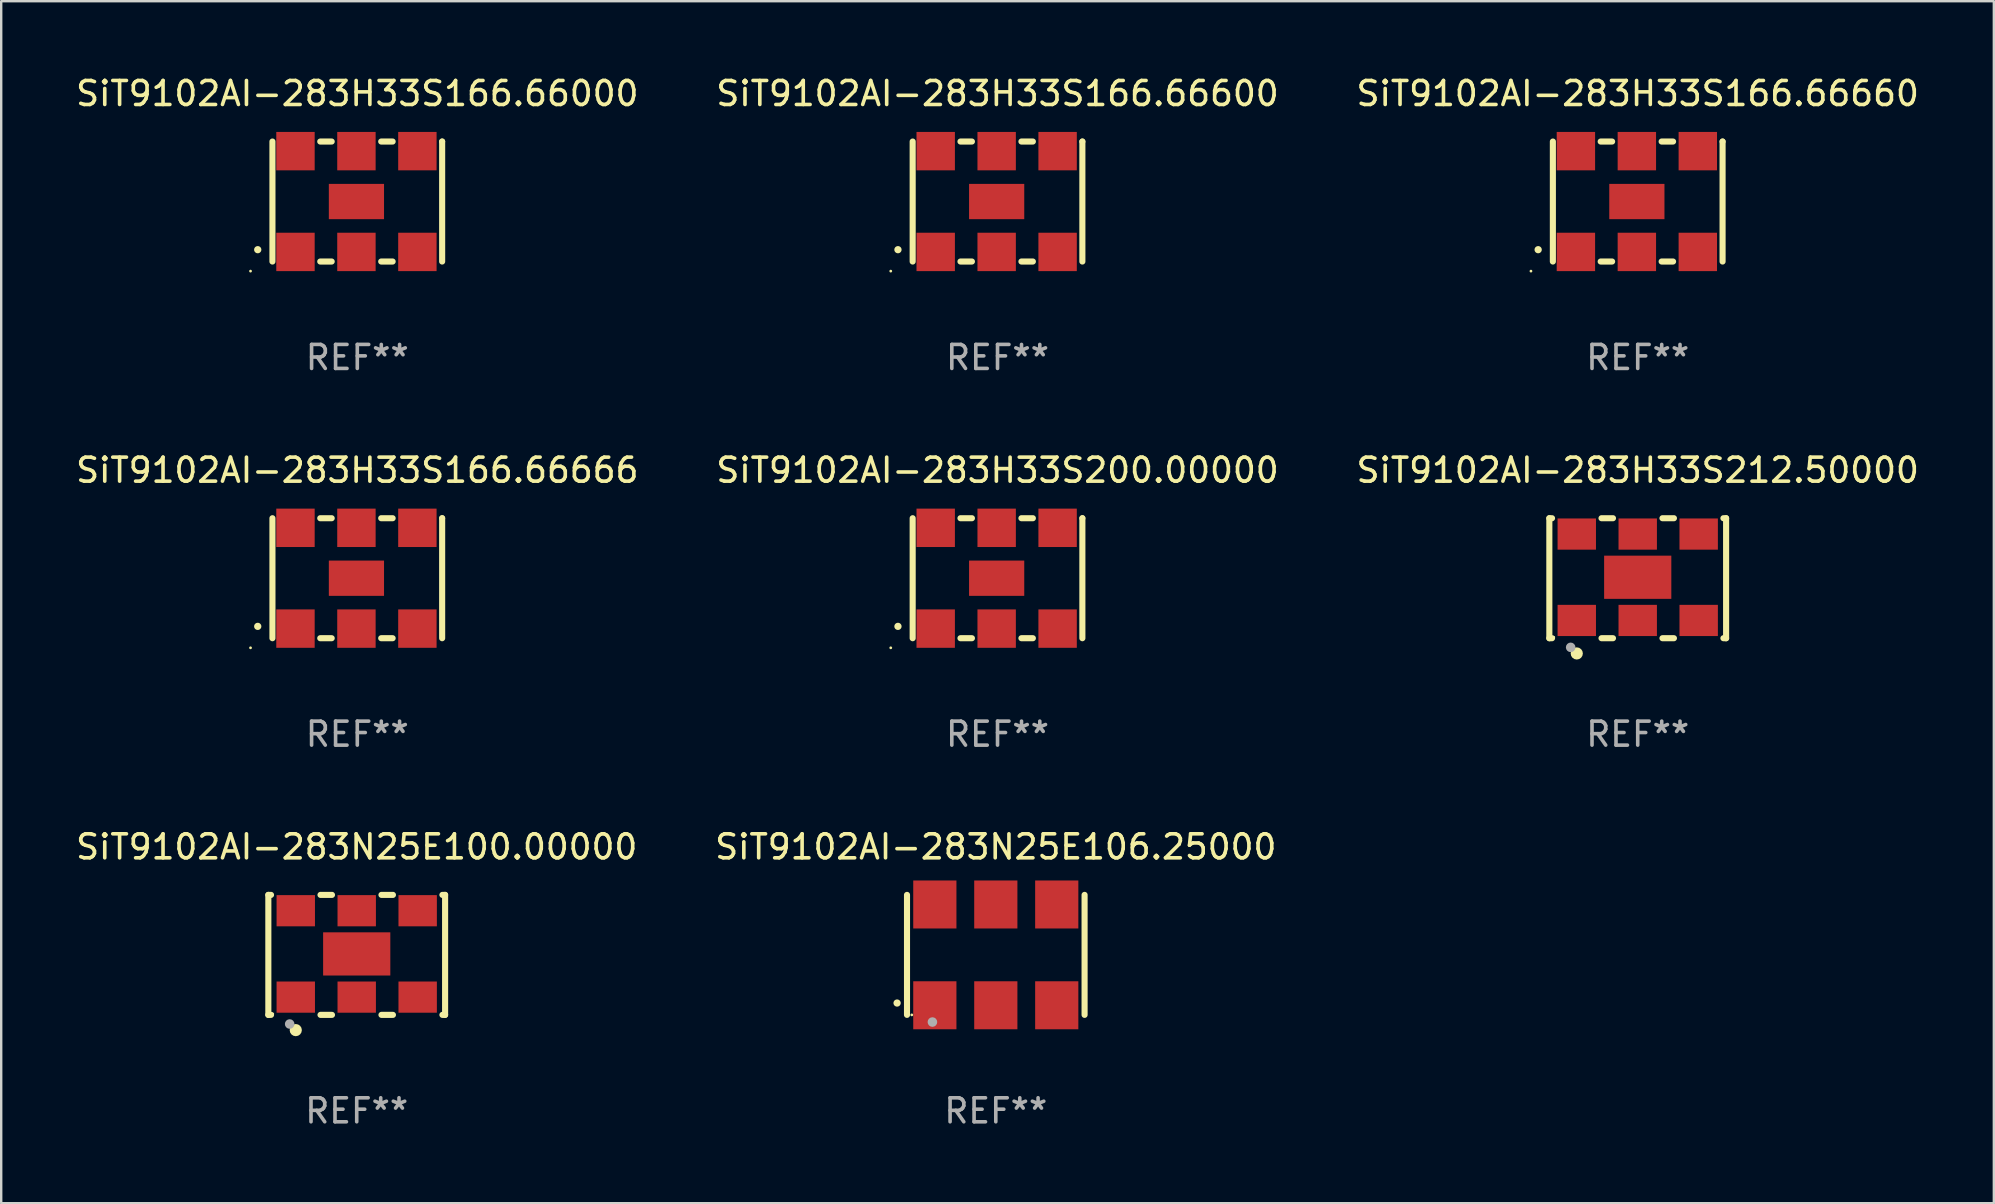
<source format=kicad_pcb>
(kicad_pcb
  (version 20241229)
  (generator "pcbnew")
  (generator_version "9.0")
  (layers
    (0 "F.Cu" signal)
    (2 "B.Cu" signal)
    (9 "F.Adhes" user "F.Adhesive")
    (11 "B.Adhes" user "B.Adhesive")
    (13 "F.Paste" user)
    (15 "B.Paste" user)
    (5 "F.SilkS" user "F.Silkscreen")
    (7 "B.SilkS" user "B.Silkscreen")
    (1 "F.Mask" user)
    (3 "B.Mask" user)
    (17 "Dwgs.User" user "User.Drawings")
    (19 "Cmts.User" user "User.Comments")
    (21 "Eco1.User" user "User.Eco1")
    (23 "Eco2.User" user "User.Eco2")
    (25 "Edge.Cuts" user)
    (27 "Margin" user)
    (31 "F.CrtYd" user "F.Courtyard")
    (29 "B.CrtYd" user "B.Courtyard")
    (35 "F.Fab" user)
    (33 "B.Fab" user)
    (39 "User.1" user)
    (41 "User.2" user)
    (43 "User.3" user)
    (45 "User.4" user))
  (footprint "SiT9102AI-283N25E106.25000"
    (layer "F.Cu")
    (at 38.446 36.741)
    (property "Reference" "SiT9102AI-283N25E106.25000" (at 0 -4.5 0) (layer "F.SilkS") (effects (font (size 1 1) (thickness 0.15))))
    (attr through_hole)
    (fp_line (start -3.7 -2.5) (end -3.7 2.5) (stroke (width 0.254) (type solid)) (layer "F.SilkS"))
    (fp_line (start 3.7 -2.5) (end 3.7 2.5) (stroke (width 0.254) (type solid)) (layer "F.SilkS"))
    (fp_arc (start -4.114415 2.006604) (mid -4.113145 2.006599) (end -4.111875 2.006604) (stroke (width 0.3) (type solid)) (layer "F.SilkS"))
    (fp_circle (center -3.5 2.501) (end -3.47 2.501) (stroke (width 0.06) (type solid)) (fill no) (layer "F.SilkS"))
    (fp_circle (center -2.641 2.799) (end -2.541 2.799) (stroke (width 0.2) (type solid)) (fill no) (layer "F.Fab"))
    (fp_text user "REF**" (at 0 6.5 0) (layer "F.Fab") (effects (font (size 1 1) (thickness 0.15))))
    (pad "1" smd rect (at -2.54 2.1) (size 1.8 2) (layers "F.Cu" "F.Mask" "F.Paste"))
    (pad "2" smd rect (at 0.000394 2.1) (size 1.8 2) (layers "F.Cu" "F.Mask" "F.Paste"))
    (pad "3" smd rect (at 2.54 2.1) (size 1.8 2) (layers "F.Cu" "F.Mask" "F.Paste"))
    (pad "4" smd rect (at 2.54 -2.1) (size 1.8 2) (layers "F.Cu" "F.Mask" "F.Paste"))
    (pad "5" smd rect (at 0.000394 -2.1) (size 1.8 2) (layers "F.Cu" "F.Mask" "F.Paste"))
    (pad "6" smd rect (at -2.54 -2.1) (size 1.8 2) (layers "F.Cu" "F.Mask" "F.Paste")))
  (footprint "SiT9102AI-283N25E100.00000"
    (layer "F.Cu")
    (at 11.815 36.741)
    (property "Reference" "SiT9102AI-283N25E100.00000" (at 0 -4.5 0) (layer "F.SilkS") (effects (font (size 1 1) (thickness 0.15))))
    (attr through_hole)
    (fp_line (start -3.683 -2.5) (end -3.571 -2.5) (stroke (width 0.254) (type solid)) (layer "F.SilkS"))
    (fp_line (start -3.683 2.5) (end -3.683 -2.5) (stroke (width 0.254) (type solid)) (layer "F.SilkS"))
    (fp_line (start -3.683 2.5) (end -3.571 2.5) (stroke (width 0.254) (type solid)) (layer "F.SilkS"))
    (fp_line (start -1.509 -2.5) (end -1.031 -2.5) (stroke (width 0.254) (type solid)) (layer "F.SilkS"))
    (fp_line (start -1.509 2.5) (end -1.031 2.5) (stroke (width 0.254) (type solid)) (layer "F.SilkS"))
    (fp_line (start 1.031 -2.5) (end 1.509 -2.5) (stroke (width 0.254) (type solid)) (layer "F.SilkS"))
    (fp_line (start 1.031 2.5) (end 1.509 2.5) (stroke (width 0.254) (type solid)) (layer "F.SilkS"))
    (fp_line (start 3.571 -2.5) (end 3.683 -2.5) (stroke (width 0.254) (type solid)) (layer "F.SilkS"))
    (fp_line (start 3.571 2.5) (end 3.683 2.5) (stroke (width 0.254) (type solid)) (layer "F.SilkS"))
    (fp_line (start 3.683 2.5) (end 3.683 -2.5) (stroke (width 0.254) (type solid)) (layer "F.SilkS"))
    (fp_circle (center -3.5 2.46) (end -3.47 2.46) (stroke (width 0.06) (type solid)) (fill no) (layer "F.SilkS"))
    (fp_circle (center -2.54 3.135) (end -2.413 3.135) (stroke (width 0.254) (type solid)) (fill no) (layer "F.SilkS"))
    (fp_circle (center -2.794 2.881) (end -2.694 2.881) (stroke (width 0.2) (type solid)) (fill no) (layer "F.Fab"))
    (fp_text user "REF**" (at 0 6.5 0) (layer "F.Fab") (effects (font (size 1 1) (thickness 0.15))))
    (pad "1" smd rect (at -2.54 1.76) (size 1.6 1.3) (layers "F.Cu" "F.Mask" "F.Paste"))
    (pad "2" smd rect (at 0 1.76) (size 1.6 1.3) (layers "F.Cu" "F.Mask" "F.Paste"))
    (pad "3" smd rect (at 2.54 1.76) (size 1.6 1.3) (layers "F.Cu" "F.Mask" "F.Paste"))
    (pad "4" smd rect (at 2.54 -1.84) (size 1.6 1.3) (layers "F.Cu" "F.Mask" "F.Paste"))
    (pad "5" smd rect (at 0 -1.84) (size 1.6 1.3) (layers "F.Cu" "F.Mask" "F.Paste"))
    (pad "6" smd rect (at -2.54 -1.84) (size 1.6 1.3) (layers "F.Cu" "F.Mask" "F.Paste"))
    (pad "7" smd rect (at 0 -0.04) (size 2.8 1.8) (layers "F.Cu" "F.Mask" "F.Paste")))
  (footprint "SiT9102AI-283H33S212.50000"
    (layer "F.Cu")
    (at 65.196 21.045)
    (property "Reference" "SiT9102AI-283H33S212.50000" (at 0 -4.5 0) (layer "F.SilkS") (effects (font (size 1 1) (thickness 0.15))))
    (attr through_hole)
    (fp_line (start -3.683 -2.5) (end -3.571 -2.5) (stroke (width 0.254) (type solid)) (layer "F.SilkS"))
    (fp_line (start -3.683 2.5) (end -3.683 -2.5) (stroke (width 0.254) (type solid)) (layer "F.SilkS"))
    (fp_line (start -3.683 2.5) (end -3.571 2.5) (stroke (width 0.254) (type solid)) (layer "F.SilkS"))
    (fp_line (start -1.509 -2.5) (end -1.031 -2.5) (stroke (width 0.254) (type solid)) (layer "F.SilkS"))
    (fp_line (start -1.509 2.5) (end -1.031 2.5) (stroke (width 0.254) (type solid)) (layer "F.SilkS"))
    (fp_line (start 1.031 -2.5) (end 1.509 -2.5) (stroke (width 0.254) (type solid)) (layer "F.SilkS"))
    (fp_line (start 1.031 2.5) (end 1.509 2.5) (stroke (width 0.254) (type solid)) (layer "F.SilkS"))
    (fp_line (start 3.571 -2.5) (end 3.683 -2.5) (stroke (width 0.254) (type solid)) (layer "F.SilkS"))
    (fp_line (start 3.571 2.5) (end 3.683 2.5) (stroke (width 0.254) (type solid)) (layer "F.SilkS"))
    (fp_line (start 3.683 2.5) (end 3.683 -2.5) (stroke (width 0.254) (type solid)) (layer "F.SilkS"))
    (fp_circle (center -3.5 2.46) (end -3.47 2.46) (stroke (width 0.06) (type solid)) (fill no) (layer "F.SilkS"))
    (fp_circle (center -2.54 3.135) (end -2.413 3.135) (stroke (width 0.254) (type solid)) (fill no) (layer "F.SilkS"))
    (fp_circle (center -2.794 2.881) (end -2.694 2.881) (stroke (width 0.2) (type solid)) (fill no) (layer "F.Fab"))
    (fp_text user "REF**" (at 0 6.5 0) (layer "F.Fab") (effects (font (size 1 1) (thickness 0.15))))
    (pad "1" smd rect (at -2.54 1.76) (size 1.6 1.3) (layers "F.Cu" "F.Mask" "F.Paste"))
    (pad "2" smd rect (at 0 1.76) (size 1.6 1.3) (layers "F.Cu" "F.Mask" "F.Paste"))
    (pad "3" smd rect (at 2.54 1.76) (size 1.6 1.3) (layers "F.Cu" "F.Mask" "F.Paste"))
    (pad "4" smd rect (at 2.54 -1.84) (size 1.6 1.3) (layers "F.Cu" "F.Mask" "F.Paste"))
    (pad "5" smd rect (at 0 -1.84) (size 1.6 1.3) (layers "F.Cu" "F.Mask" "F.Paste"))
    (pad "6" smd rect (at -2.54 -1.84) (size 1.6 1.3) (layers "F.Cu" "F.Mask" "F.Paste"))
    (pad "7" smd rect (at 0 -0.04) (size 2.8 1.8) (layers "F.Cu" "F.Mask" "F.Paste")))
  (footprint "SiT9102AI-283H33S166.66660"
    (layer "F.Cu")
    (at 65.196 5.348)
    (property "Reference" "SiT9102AI-283H33S166.66660" (at 0 -4.5 0) (layer "F.SilkS") (effects (font (size 1 1) (thickness 0.15))))
    (attr through_hole)
    (fp_line (start -3.536 -2.5) (end -3.536 2.5) (stroke (width 0.254) (type solid)) (layer "F.SilkS"))
    (fp_line (start -1.544 2.5) (end -1.067 2.5) (stroke (width 0.254) (type solid)) (layer "F.SilkS"))
    (fp_line (start -1.067 -2.5) (end -1.544 -2.5) (stroke (width 0.254) (type solid)) (layer "F.SilkS"))
    (fp_line (start 0.996 2.5) (end 1.473 2.5) (stroke (width 0.254) (type solid)) (layer "F.SilkS"))
    (fp_line (start 1.473 -2.5) (end 0.996 -2.5) (stroke (width 0.254) (type solid)) (layer "F.SilkS"))
    (fp_line (start 3.536 -2.5) (end 3.536 -2.5) (stroke (width 0.254) (type solid)) (layer "F.SilkS"))
    (fp_line (start 3.536 2.5) (end 3.536 -2.5) (stroke (width 0.254) (type solid)) (layer "F.SilkS"))
    (fp_arc (start -4.150432 2.006604) (mid -4.149162 2.006599) (end -4.147892 2.006604) (stroke (width 0.3) (type solid)) (layer "F.SilkS"))
    (fp_circle (center -4.449 2.9) (end -4.419 2.9) (stroke (width 0.06) (type solid)) (fill no) (layer "F.SilkS"))
    (fp_text user "REF**" (at 0 6.5 0) (layer "F.Fab") (effects (font (size 1 1) (thickness 0.15))))
    (pad "1" smd rect (at -2.576 2.1) (size 1.6 1.6) (layers "F.Cu" "F.Mask" "F.Paste"))
    (pad "2" smd rect (at -0.036 2.1) (size 1.6 1.6) (layers "F.Cu" "F.Mask" "F.Paste"))
    (pad "3" smd rect (at 2.504 2.1) (size 1.6 1.6) (layers "F.Cu" "F.Mask" "F.Paste"))
    (pad "4" smd rect (at 2.504 -2.1) (size 1.6 1.6) (layers "F.Cu" "F.Mask" "F.Paste"))
    (pad "5" smd rect (at -0.036 -2.1) (size 1.6 1.6) (layers "F.Cu" "F.Mask" "F.Paste"))
    (pad "6" smd rect (at -2.576 -2.1) (size 1.6 1.6) (layers "F.Cu" "F.Mask" "F.Paste"))
    (pad "7" smd rect (at -0.036 0) (size 2.3 1.47) (layers "F.Cu" "F.Mask" "F.Paste")))
  (footprint "SiT9102AI-283H33S200.00000"
    (layer "F.Cu")
    (at 38.518 21.045)
    (property "Reference" "SiT9102AI-283H33S200.00000" (at 0 -4.5 0) (layer "F.SilkS") (effects (font (size 1 1) (thickness 0.15))))
    (attr through_hole)
    (fp_line (start -3.536 -2.5) (end -3.536 2.5) (stroke (width 0.254) (type solid)) (layer "F.SilkS"))
    (fp_line (start -1.544 2.5) (end -1.067 2.5) (stroke (width 0.254) (type solid)) (layer "F.SilkS"))
    (fp_line (start -1.067 -2.5) (end -1.544 -2.5) (stroke (width 0.254) (type solid)) (layer "F.SilkS"))
    (fp_line (start 0.996 2.5) (end 1.473 2.5) (stroke (width 0.254) (type solid)) (layer "F.SilkS"))
    (fp_line (start 1.473 -2.5) (end 0.996 -2.5) (stroke (width 0.254) (type solid)) (layer "F.SilkS"))
    (fp_line (start 3.536 -2.5) (end 3.536 -2.5) (stroke (width 0.254) (type solid)) (layer "F.SilkS"))
    (fp_line (start 3.536 2.5) (end 3.536 -2.5) (stroke (width 0.254) (type solid)) (layer "F.SilkS"))
    (fp_arc (start -4.150432 2.006604) (mid -4.149162 2.006599) (end -4.147892 2.006604) (stroke (width 0.3) (type solid)) (layer "F.SilkS"))
    (fp_circle (center -4.449 2.9) (end -4.419 2.9) (stroke (width 0.06) (type solid)) (fill no) (layer "F.SilkS"))
    (fp_text user "REF**" (at 0 6.5 0) (layer "F.Fab") (effects (font (size 1 1) (thickness 0.15))))
    (pad "1" smd rect (at -2.576 2.1) (size 1.6 1.6) (layers "F.Cu" "F.Mask" "F.Paste"))
    (pad "2" smd rect (at -0.036 2.1) (size 1.6 1.6) (layers "F.Cu" "F.Mask" "F.Paste"))
    (pad "3" smd rect (at 2.504 2.1) (size 1.6 1.6) (layers "F.Cu" "F.Mask" "F.Paste"))
    (pad "4" smd rect (at 2.504 -2.1) (size 1.6 1.6) (layers "F.Cu" "F.Mask" "F.Paste"))
    (pad "5" smd rect (at -0.036 -2.1) (size 1.6 1.6) (layers "F.Cu" "F.Mask" "F.Paste"))
    (pad "6" smd rect (at -2.576 -2.1) (size 1.6 1.6) (layers "F.Cu" "F.Mask" "F.Paste"))
    (pad "7" smd rect (at -0.036 0) (size 2.3 1.47) (layers "F.Cu" "F.Mask" "F.Paste")))
  (footprint "SiT9102AI-283H33S166.66666"
    (layer "F.Cu")
    (at 11.839 21.045)
    (property "Reference" "SiT9102AI-283H33S166.66666" (at 0 -4.5 0) (layer "F.SilkS") (effects (font (size 1 1) (thickness 0.15))))
    (attr through_hole)
    (fp_line (start -3.536 -2.5) (end -3.536 2.5) (stroke (width 0.254) (type solid)) (layer "F.SilkS"))
    (fp_line (start -1.544 2.5) (end -1.067 2.5) (stroke (width 0.254) (type solid)) (layer "F.SilkS"))
    (fp_line (start -1.067 -2.5) (end -1.544 -2.5) (stroke (width 0.254) (type solid)) (layer "F.SilkS"))
    (fp_line (start 0.996 2.5) (end 1.473 2.5) (stroke (width 0.254) (type solid)) (layer "F.SilkS"))
    (fp_line (start 1.473 -2.5) (end 0.996 -2.5) (stroke (width 0.254) (type solid)) (layer "F.SilkS"))
    (fp_line (start 3.536 -2.5) (end 3.536 -2.5) (stroke (width 0.254) (type solid)) (layer "F.SilkS"))
    (fp_line (start 3.536 2.5) (end 3.536 -2.5) (stroke (width 0.254) (type solid)) (layer "F.SilkS"))
    (fp_arc (start -4.150432 2.006604) (mid -4.149162 2.006599) (end -4.147892 2.006604) (stroke (width 0.3) (type solid)) (layer "F.SilkS"))
    (fp_circle (center -4.449 2.9) (end -4.419 2.9) (stroke (width 0.06) (type solid)) (fill no) (layer "F.SilkS"))
    (fp_text user "REF**" (at 0 6.5 0) (layer "F.Fab") (effects (font (size 1 1) (thickness 0.15))))
    (pad "1" smd rect (at -2.576 2.1) (size 1.6 1.6) (layers "F.Cu" "F.Mask" "F.Paste"))
    (pad "2" smd rect (at -0.036 2.1) (size 1.6 1.6) (layers "F.Cu" "F.Mask" "F.Paste"))
    (pad "3" smd rect (at 2.504 2.1) (size 1.6 1.6) (layers "F.Cu" "F.Mask" "F.Paste"))
    (pad "4" smd rect (at 2.504 -2.1) (size 1.6 1.6) (layers "F.Cu" "F.Mask" "F.Paste"))
    (pad "5" smd rect (at -0.036 -2.1) (size 1.6 1.6) (layers "F.Cu" "F.Mask" "F.Paste"))
    (pad "6" smd rect (at -2.576 -2.1) (size 1.6 1.6) (layers "F.Cu" "F.Mask" "F.Paste"))
    (pad "7" smd rect (at -0.036 0) (size 2.3 1.47) (layers "F.Cu" "F.Mask" "F.Paste")))
  (footprint "SiT9102AI-283H33S166.66600"
    (layer "F.Cu")
    (at 38.518 5.348)
    (property "Reference" "SiT9102AI-283H33S166.66600" (at 0 -4.5 0) (layer "F.SilkS") (effects (font (size 1 1) (thickness 0.15))))
    (attr through_hole)
    (fp_line (start -3.536 -2.5) (end -3.536 2.5) (stroke (width 0.254) (type solid)) (layer "F.SilkS"))
    (fp_line (start -1.544 2.5) (end -1.067 2.5) (stroke (width 0.254) (type solid)) (layer "F.SilkS"))
    (fp_line (start -1.067 -2.5) (end -1.544 -2.5) (stroke (width 0.254) (type solid)) (layer "F.SilkS"))
    (fp_line (start 0.996 2.5) (end 1.473 2.5) (stroke (width 0.254) (type solid)) (layer "F.SilkS"))
    (fp_line (start 1.473 -2.5) (end 0.996 -2.5) (stroke (width 0.254) (type solid)) (layer "F.SilkS"))
    (fp_line (start 3.536 -2.5) (end 3.536 -2.5) (stroke (width 0.254) (type solid)) (layer "F.SilkS"))
    (fp_line (start 3.536 2.5) (end 3.536 -2.5) (stroke (width 0.254) (type solid)) (layer "F.SilkS"))
    (fp_arc (start -4.150432 2.006604) (mid -4.149162 2.006599) (end -4.147892 2.006604) (stroke (width 0.3) (type solid)) (layer "F.SilkS"))
    (fp_circle (center -4.449 2.9) (end -4.419 2.9) (stroke (width 0.06) (type solid)) (fill no) (layer "F.SilkS"))
    (fp_text user "REF**" (at 0 6.5 0) (layer "F.Fab") (effects (font (size 1 1) (thickness 0.15))))
    (pad "1" smd rect (at -2.576 2.1) (size 1.6 1.6) (layers "F.Cu" "F.Mask" "F.Paste"))
    (pad "2" smd rect (at -0.036 2.1) (size 1.6 1.6) (layers "F.Cu" "F.Mask" "F.Paste"))
    (pad "3" smd rect (at 2.504 2.1) (size 1.6 1.6) (layers "F.Cu" "F.Mask" "F.Paste"))
    (pad "4" smd rect (at 2.504 -2.1) (size 1.6 1.6) (layers "F.Cu" "F.Mask" "F.Paste"))
    (pad "5" smd rect (at -0.036 -2.1) (size 1.6 1.6) (layers "F.Cu" "F.Mask" "F.Paste"))
    (pad "6" smd rect (at -2.576 -2.1) (size 1.6 1.6) (layers "F.Cu" "F.Mask" "F.Paste"))
    (pad "7" smd rect (at -0.036 0) (size 2.3 1.47) (layers "F.Cu" "F.Mask" "F.Paste")))
  (footprint "SiT9102AI-283H33S166.66000"
    (layer "F.Cu")
    (at 11.839 5.348)
    (property "Reference" "SiT9102AI-283H33S166.66000" (at 0 -4.5 0) (layer "F.SilkS") (effects (font (size 1 1) (thickness 0.15))))
    (attr through_hole)
    (fp_line (start -3.536 -2.5) (end -3.536 2.5) (stroke (width 0.254) (type solid)) (layer "F.SilkS"))
    (fp_line (start -1.544 2.5) (end -1.067 2.5) (stroke (width 0.254) (type solid)) (layer "F.SilkS"))
    (fp_line (start -1.067 -2.5) (end -1.544 -2.5) (stroke (width 0.254) (type solid)) (layer "F.SilkS"))
    (fp_line (start 0.996 2.5) (end 1.473 2.5) (stroke (width 0.254) (type solid)) (layer "F.SilkS"))
    (fp_line (start 1.473 -2.5) (end 0.996 -2.5) (stroke (width 0.254) (type solid)) (layer "F.SilkS"))
    (fp_line (start 3.536 -2.5) (end 3.536 -2.5) (stroke (width 0.254) (type solid)) (layer "F.SilkS"))
    (fp_line (start 3.536 2.5) (end 3.536 -2.5) (stroke (width 0.254) (type solid)) (layer "F.SilkS"))
    (fp_arc (start -4.150432 2.006604) (mid -4.149162 2.006599) (end -4.147892 2.006604) (stroke (width 0.3) (type solid)) (layer "F.SilkS"))
    (fp_circle (center -4.449 2.9) (end -4.419 2.9) (stroke (width 0.06) (type solid)) (fill no) (layer "F.SilkS"))
    (fp_text user "REF**" (at 0 6.5 0) (layer "F.Fab") (effects (font (size 1 1) (thickness 0.15))))
    (pad "1" smd rect (at -2.576 2.1) (size 1.6 1.6) (layers "F.Cu" "F.Mask" "F.Paste"))
    (pad "2" smd rect (at -0.036 2.1) (size 1.6 1.6) (layers "F.Cu" "F.Mask" "F.Paste"))
    (pad "3" smd rect (at 2.504 2.1) (size 1.6 1.6) (layers "F.Cu" "F.Mask" "F.Paste"))
    (pad "4" smd rect (at 2.504 -2.1) (size 1.6 1.6) (layers "F.Cu" "F.Mask" "F.Paste"))
    (pad "5" smd rect (at -0.036 -2.1) (size 1.6 1.6) (layers "F.Cu" "F.Mask" "F.Paste"))
    (pad "6" smd rect (at -2.576 -2.1) (size 1.6 1.6) (layers "F.Cu" "F.Mask" "F.Paste"))
    (pad "7" smd rect (at -0.036 0) (size 2.3 1.47) (layers "F.Cu" "F.Mask" "F.Paste")))
  (gr_rect
    (start -3 -3)
    (end 80.036 47.09)
    (stroke (width 0.1) (type default))
    (fill no)
    (layer "Edge.Cuts")))
</source>
